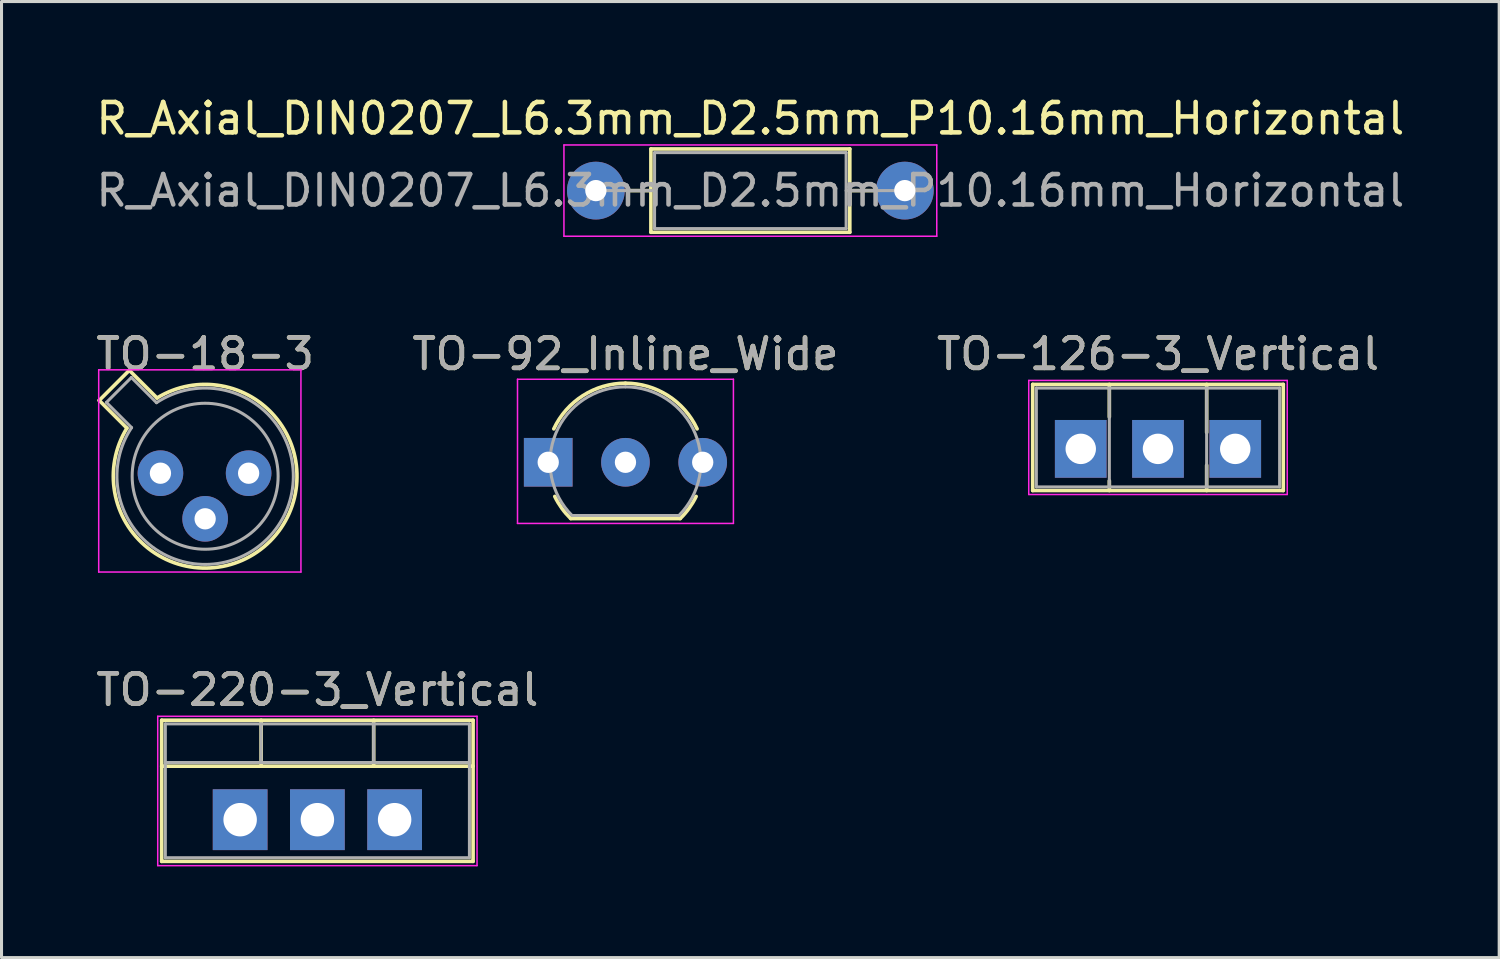
<source format=kicad_pcb>
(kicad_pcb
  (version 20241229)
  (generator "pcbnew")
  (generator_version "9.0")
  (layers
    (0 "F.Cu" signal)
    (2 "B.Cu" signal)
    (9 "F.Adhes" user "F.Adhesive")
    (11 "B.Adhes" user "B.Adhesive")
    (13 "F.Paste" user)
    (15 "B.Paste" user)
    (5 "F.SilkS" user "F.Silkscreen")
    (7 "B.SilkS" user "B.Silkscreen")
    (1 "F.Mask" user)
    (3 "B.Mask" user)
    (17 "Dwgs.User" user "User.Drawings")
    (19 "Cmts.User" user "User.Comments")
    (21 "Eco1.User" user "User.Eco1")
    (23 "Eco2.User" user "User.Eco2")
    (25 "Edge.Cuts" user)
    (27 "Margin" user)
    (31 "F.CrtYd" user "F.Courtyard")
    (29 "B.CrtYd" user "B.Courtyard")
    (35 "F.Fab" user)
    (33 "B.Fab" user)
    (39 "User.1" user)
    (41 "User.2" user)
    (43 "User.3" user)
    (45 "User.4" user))
  (footprint "TO-126-3_Vertical"
    (layer "F.Cu")
    (at 32.49 11.711)
    (property "Reference" "TO-126-3_Vertical" (at 2.54 -3.12 0) (layer "F.SilkS") (effects (font (size 1 1) (thickness 0.15))))
    (attr through_hole)
    (fp_line (start -1.58 -2.12) (end -1.58 1.37) (stroke (width 0.12) (type solid)) (layer "F.SilkS"))
    (fp_line (start -1.58 -2.12) (end 6.66 -2.12) (stroke (width 0.12) (type solid)) (layer "F.SilkS"))
    (fp_line (start -1.58 1.37) (end 6.66 1.37) (stroke (width 0.12) (type solid)) (layer "F.SilkS"))
    (fp_line (start 0.94 -2.12) (end 0.94 -1.05) (stroke (width 0.12) (type solid)) (layer "F.SilkS"))
    (fp_line (start 0.94 1.05) (end 0.94 1.37) (stroke (width 0.12) (type solid)) (layer "F.SilkS"))
    (fp_line (start 4.141 -2.12) (end 4.141 -0.54) (stroke (width 0.12) (type solid)) (layer "F.SilkS"))
    (fp_line (start 4.141 0.54) (end 4.141 1.37) (stroke (width 0.12) (type solid)) (layer "F.SilkS"))
    (fp_line (start 6.66 -2.12) (end 6.66 1.37) (stroke (width 0.12) (type solid)) (layer "F.SilkS"))
    (fp_line (start -1.71 -2.25) (end -1.71 1.5) (stroke (width 0.05) (type solid)) (layer "F.CrtYd"))
    (fp_line (start -1.71 1.5) (end 6.79 1.5) (stroke (width 0.05) (type solid)) (layer "F.CrtYd"))
    (fp_line (start 6.79 -2.25) (end -1.71 -2.25) (stroke (width 0.05) (type solid)) (layer "F.CrtYd"))
    (fp_line (start 6.79 1.5) (end 6.79 -2.25) (stroke (width 0.05) (type solid)) (layer "F.CrtYd"))
    (fp_line (start -1.46 -2) (end -1.46 1.25) (stroke (width 0.1) (type solid)) (layer "F.Fab"))
    (fp_line (start -1.46 1.25) (end 6.54 1.25) (stroke (width 0.1) (type solid)) (layer "F.Fab"))
    (fp_line (start 0.94 -2) (end 0.94 1.25) (stroke (width 0.1) (type solid)) (layer "F.Fab"))
    (fp_line (start 4.14 -2) (end 4.14 1.25) (stroke (width 0.1) (type solid)) (layer "F.Fab"))
    (fp_line (start 6.54 -2) (end -1.46 -2) (stroke (width 0.1) (type solid)) (layer "F.Fab"))
    (fp_line (start 6.54 1.25) (end 6.54 -2) (stroke (width 0.1) (type solid)) (layer "F.Fab"))
    (fp_text user "${REFERENCE}" (at 2.54 -3.12 0) (layer "F.Fab") (effects (font (size 1 1) (thickness 0.15))))
    (pad "1" thru_hole rect (at 0 0) (size 1.7 1.9) (drill 1) (layers "*.Cu" "*.Mask"))
    (pad "2" thru_hole rect (at 2.54 0) (size 1.7 1.9) (drill 1) (layers "*.Cu" "*.Mask"))
    (pad "3" thru_hole rect (at 5.08 0) (size 1.7 1.9) (drill 1) (layers "*.Cu" "*.Mask")))
  (footprint "TO-220-3_Vertical"
    (layer "F.Cu")
    (at 4.847 23.905)
    (property "Reference" "TO-220-3_Vertical" (at 2.54 -4.27 0) (layer "F.SilkS") (effects (font (size 1 1) (thickness 0.15))))
    (attr through_hole)
    (fp_line (start -2.58 -3.27) (end -2.58 1.371) (stroke (width 0.12) (type solid)) (layer "F.SilkS"))
    (fp_line (start -2.58 -3.27) (end 7.66 -3.27) (stroke (width 0.12) (type solid)) (layer "F.SilkS"))
    (fp_line (start -2.58 -1.76) (end 7.66 -1.76) (stroke (width 0.12) (type solid)) (layer "F.SilkS"))
    (fp_line (start -2.58 1.371) (end 7.66 1.371) (stroke (width 0.12) (type solid)) (layer "F.SilkS"))
    (fp_line (start 0.69 -3.27) (end 0.69 -1.76) (stroke (width 0.12) (type solid)) (layer "F.SilkS"))
    (fp_line (start 4.391 -3.27) (end 4.391 -1.76) (stroke (width 0.12) (type solid)) (layer "F.SilkS"))
    (fp_line (start 7.66 -3.27) (end 7.66 1.371) (stroke (width 0.12) (type solid)) (layer "F.SilkS"))
    (fp_line (start -2.71 -3.4) (end -2.71 1.51) (stroke (width 0.05) (type solid)) (layer "F.CrtYd"))
    (fp_line (start -2.71 1.51) (end 7.79 1.51) (stroke (width 0.05) (type solid)) (layer "F.CrtYd"))
    (fp_line (start 7.79 -3.4) (end -2.71 -3.4) (stroke (width 0.05) (type solid)) (layer "F.CrtYd"))
    (fp_line (start 7.79 1.51) (end 7.79 -3.4) (stroke (width 0.05) (type solid)) (layer "F.CrtYd"))
    (fp_line (start -2.46 -3.15) (end -2.46 1.25) (stroke (width 0.1) (type solid)) (layer "F.Fab"))
    (fp_line (start -2.46 -1.88) (end 7.54 -1.88) (stroke (width 0.1) (type solid)) (layer "F.Fab"))
    (fp_line (start -2.46 1.25) (end 7.54 1.25) (stroke (width 0.1) (type solid)) (layer "F.Fab"))
    (fp_line (start 0.69 -3.15) (end 0.69 -1.88) (stroke (width 0.1) (type solid)) (layer "F.Fab"))
    (fp_line (start 4.39 -3.15) (end 4.39 -1.88) (stroke (width 0.1) (type solid)) (layer "F.Fab"))
    (fp_line (start 7.54 -3.15) (end -2.46 -3.15) (stroke (width 0.1) (type solid)) (layer "F.Fab"))
    (fp_line (start 7.54 1.25) (end 7.54 -3.15) (stroke (width 0.1) (type solid)) (layer "F.Fab"))
    (fp_text user "${REFERENCE}" (at 2.54 -4.27 0) (layer "F.Fab") (effects (font (size 1 1) (thickness 0.15))))
    (pad "1" thru_hole rect (at 0 0) (size 1.8 2) (drill 1.1) (layers "*.Cu" "*.Mask"))
    (pad "2" thru_hole rect (at 2.54 0) (size 1.8 2) (drill 1.1) (layers "*.Cu" "*.Mask"))
    (pad "3" thru_hole rect (at 5.08 0) (size 1.8 2) (drill 1.1) (layers "*.Cu" "*.Mask")))
  (footprint "TO-92_Inline_Wide"
    (layer "F.Cu")
    (at 14.978 12.152)
    (property "Reference" "TO-92_Inline_Wide" (at 2.54 -3.56 0) (layer "F.SilkS") (effects (font (size 1 1) (thickness 0.15))))
    (attr through_hole)
    (fp_line (start 0.74 1.85) (end 4.34 1.85) (stroke (width 0.12) (type solid)) (layer "F.SilkS"))
    (fp_arc (start 0.1836 -1.098807) (mid 1.143021 -2.192817) (end 2.54 -2.6) (stroke (width 0.12) (type solid)) (layer "F.SilkS"))
    (fp_arc (start 0.74 1.85) (mid 0.446097 1.509328) (end 0.215816 1.122795) (stroke (width 0.12) (type solid)) (layer "F.SilkS"))
    (fp_arc (start 2.54 -2.6) (mid 3.936979 -2.192818) (end 4.8964 -1.098807) (stroke (width 0.12) (type solid)) (layer "F.SilkS"))
    (fp_arc (start 4.864184 1.122795) (mid 4.633903 1.509328) (end 4.34 1.85) (stroke (width 0.12) (type solid)) (layer "F.SilkS"))
    (fp_line (start -1.01 -2.73) (end -1.01 2.01) (stroke (width 0.05) (type solid)) (layer "F.CrtYd"))
    (fp_line (start -1.01 -2.73) (end 6.09 -2.73) (stroke (width 0.05) (type solid)) (layer "F.CrtYd"))
    (fp_line (start 6.09 2.01) (end -1.01 2.01) (stroke (width 0.05) (type solid)) (layer "F.CrtYd"))
    (fp_line (start 6.09 2.01) (end 6.09 -2.73) (stroke (width 0.05) (type solid)) (layer "F.CrtYd"))
    (fp_line (start 0.8 1.75) (end 4.3 1.75) (stroke (width 0.1) (type solid)) (layer "F.Fab"))
    (fp_arc (start 0.786375 1.753625) (mid 0.248779 -0.949055) (end 2.54 -2.48) (stroke (width 0.1) (type solid)) (layer "F.Fab"))
    (fp_arc (start 2.54 -2.48) (mid 4.831221 -0.949055) (end 4.293625 1.753625) (stroke (width 0.1) (type solid)) (layer "F.Fab"))
    (fp_text user "${REFERENCE}" (at 2.54 -3.56 0) (layer "F.Fab") (effects (font (size 1 1) (thickness 0.15))))
    (pad "1" thru_hole rect (at 0 0 90) (size 1.6 1.6) (drill 0.7) (layers "*.Cu" "*.Mask"))
    (pad "2" thru_hole circle (at 2.54 0 90) (size 1.6 1.6) (drill 0.7) (layers "*.Cu" "*.Mask"))
    (pad "3" thru_hole circle (at 5.08 0 90) (size 1.6 1.6) (drill 0.7) (layers "*.Cu" "*.Mask")))
  (footprint "R_Axial_DIN0207_L6.3mm_D2.5mm_P10.16mm_Horizontal"
    (layer "F.Cu")
    (at 16.545 3.218)
    (property "Reference" "R_Axial_DIN0207_L6.3mm_D2.5mm_P10.16mm_Horizontal" (at 5.08 -2.37 0) (layer "F.SilkS") (effects (font (size 1 1) (thickness 0.15))))
    (attr through_hole)
    (fp_line (start 1.04 0) (end 1.81 0) (stroke (width 0.12) (type solid)) (layer "F.SilkS"))
    (fp_line (start 1.81 -1.37) (end 1.81 1.37) (stroke (width 0.12) (type solid)) (layer "F.SilkS"))
    (fp_line (start 1.81 1.37) (end 8.35 1.37) (stroke (width 0.12) (type solid)) (layer "F.SilkS"))
    (fp_line (start 8.35 -1.37) (end 1.81 -1.37) (stroke (width 0.12) (type solid)) (layer "F.SilkS"))
    (fp_line (start 8.35 1.37) (end 8.35 -1.37) (stroke (width 0.12) (type solid)) (layer "F.SilkS"))
    (fp_line (start 9.12 0) (end 8.35 0) (stroke (width 0.12) (type solid)) (layer "F.SilkS"))
    (fp_line (start -1.05 -1.5) (end -1.05 1.5) (stroke (width 0.05) (type solid)) (layer "F.CrtYd"))
    (fp_line (start -1.05 1.5) (end 11.21 1.5) (stroke (width 0.05) (type solid)) (layer "F.CrtYd"))
    (fp_line (start 11.21 -1.5) (end -1.05 -1.5) (stroke (width 0.05) (type solid)) (layer "F.CrtYd"))
    (fp_line (start 11.21 1.5) (end 11.21 -1.5) (stroke (width 0.05) (type solid)) (layer "F.CrtYd"))
    (fp_line (start 0 0) (end 1.93 0) (stroke (width 0.1) (type solid)) (layer "F.Fab"))
    (fp_line (start 1.93 -1.25) (end 1.93 1.25) (stroke (width 0.1) (type solid)) (layer "F.Fab"))
    (fp_line (start 1.93 1.25) (end 8.23 1.25) (stroke (width 0.1) (type solid)) (layer "F.Fab"))
    (fp_line (start 8.23 -1.25) (end 1.93 -1.25) (stroke (width 0.1) (type solid)) (layer "F.Fab"))
    (fp_line (start 8.23 1.25) (end 8.23 -1.25) (stroke (width 0.1) (type solid)) (layer "F.Fab"))
    (fp_line (start 10.16 0) (end 8.23 0) (stroke (width 0.1) (type solid)) (layer "F.Fab"))
    (fp_text user "${REFERENCE}" (at 5.08 0 0) (layer "F.Fab") (effects (font (size 1 1) (thickness 0.15))))
    (pad "1" thru_hole circle (at 0 0) (size 1.9 1.9) (drill 0.7) (layers "*.Cu" "*.Mask"))
    (pad "2" thru_hole circle (at 10.16 0) (size 1.9 1.9) (drill 0.7) (layers "*.Cu" "*.Mask")))
  (footprint "TO-18-3"
    (layer "F.Cu")
    (at 2.426 12.611)
    (property "Reference" "TO-18-3" (at 1.27 -4.02 0) (layer "F.SilkS") (effects (font (size 1 1) (thickness 0.15))))
    (attr through_hole)
    (fp_line (start -2.214 -2.494) (end -1.302 -1.582) (stroke (width 0.12) (type solid)) (layer "F.SilkS"))
    (fp_line (start -1.224 -3.484) (end -2.214 -2.494) (stroke (width 0.12) (type solid)) (layer "F.SilkS"))
    (fp_line (start -0.312 -2.572) (end -1.224 -3.484) (stroke (width 0.12) (type solid)) (layer "F.SilkS"))
    (fp_arc (start -0.312331 -2.572281) (mid 3.405374 2.135551) (end -1.30215 -1.582544) (stroke (width 0.12) (type solid)) (layer "F.SilkS"))
    (fp_line (start -2.23 -3.5) (end -2.23 3.15) (stroke (width 0.05) (type solid)) (layer "F.CrtYd"))
    (fp_line (start -2.23 3.15) (end 4.42 3.15) (stroke (width 0.05) (type solid)) (layer "F.CrtYd"))
    (fp_line (start 4.42 -3.5) (end -2.23 -3.5) (stroke (width 0.05) (type solid)) (layer "F.CrtYd"))
    (fp_line (start 4.42 3.15) (end 4.42 -3.5) (stroke (width 0.05) (type solid)) (layer "F.CrtYd"))
    (fp_line (start -1.977 -2.426) (end -1.149 -1.599) (stroke (width 0.1) (type solid)) (layer "F.Fab"))
    (fp_line (start -1.156 -3.247) (end -1.977 -2.426) (stroke (width 0.1) (type solid)) (layer "F.Fab"))
    (fp_line (start -0.329 -2.419) (end -1.156 -3.247) (stroke (width 0.1) (type solid)) (layer "F.Fab"))
    (fp_arc (start -0.329057 -2.419301) (mid 3.321076 2.050143) (end -1.150029 -1.597956) (stroke (width 0.1) (type solid)) (layer "F.Fab"))
    (fp_circle (center 1.27 0) (end 3.67 0) (stroke (width 0.1) (type solid)) (fill no) (layer "F.Fab"))
    (fp_text user "${REFERENCE}" (at 1.27 -4.02 0) (layer "F.Fab") (effects (font (size 1 1) (thickness 0.15))))
    (pad "1" thru_hole circle (at -0.2 -0.1) (size 1.5 1.5) (drill 0.7) (layers "*.Cu" "*.Mask"))
    (pad "2" thru_hole circle (at 1.27 1.4) (size 1.5 1.5) (drill 0.7) (layers "*.Cu" "*.Mask"))
    (pad "3" thru_hole circle (at 2.7 -0.1) (size 1.5 1.5) (drill 0.7) (layers "*.Cu" "*.Mask")))
  (gr_rect
    (start -3 -3)
    (end 46.25 28.44)
    (stroke (width 0.1) (type default))
    (fill no)
    (layer "Edge.Cuts")))
</source>
